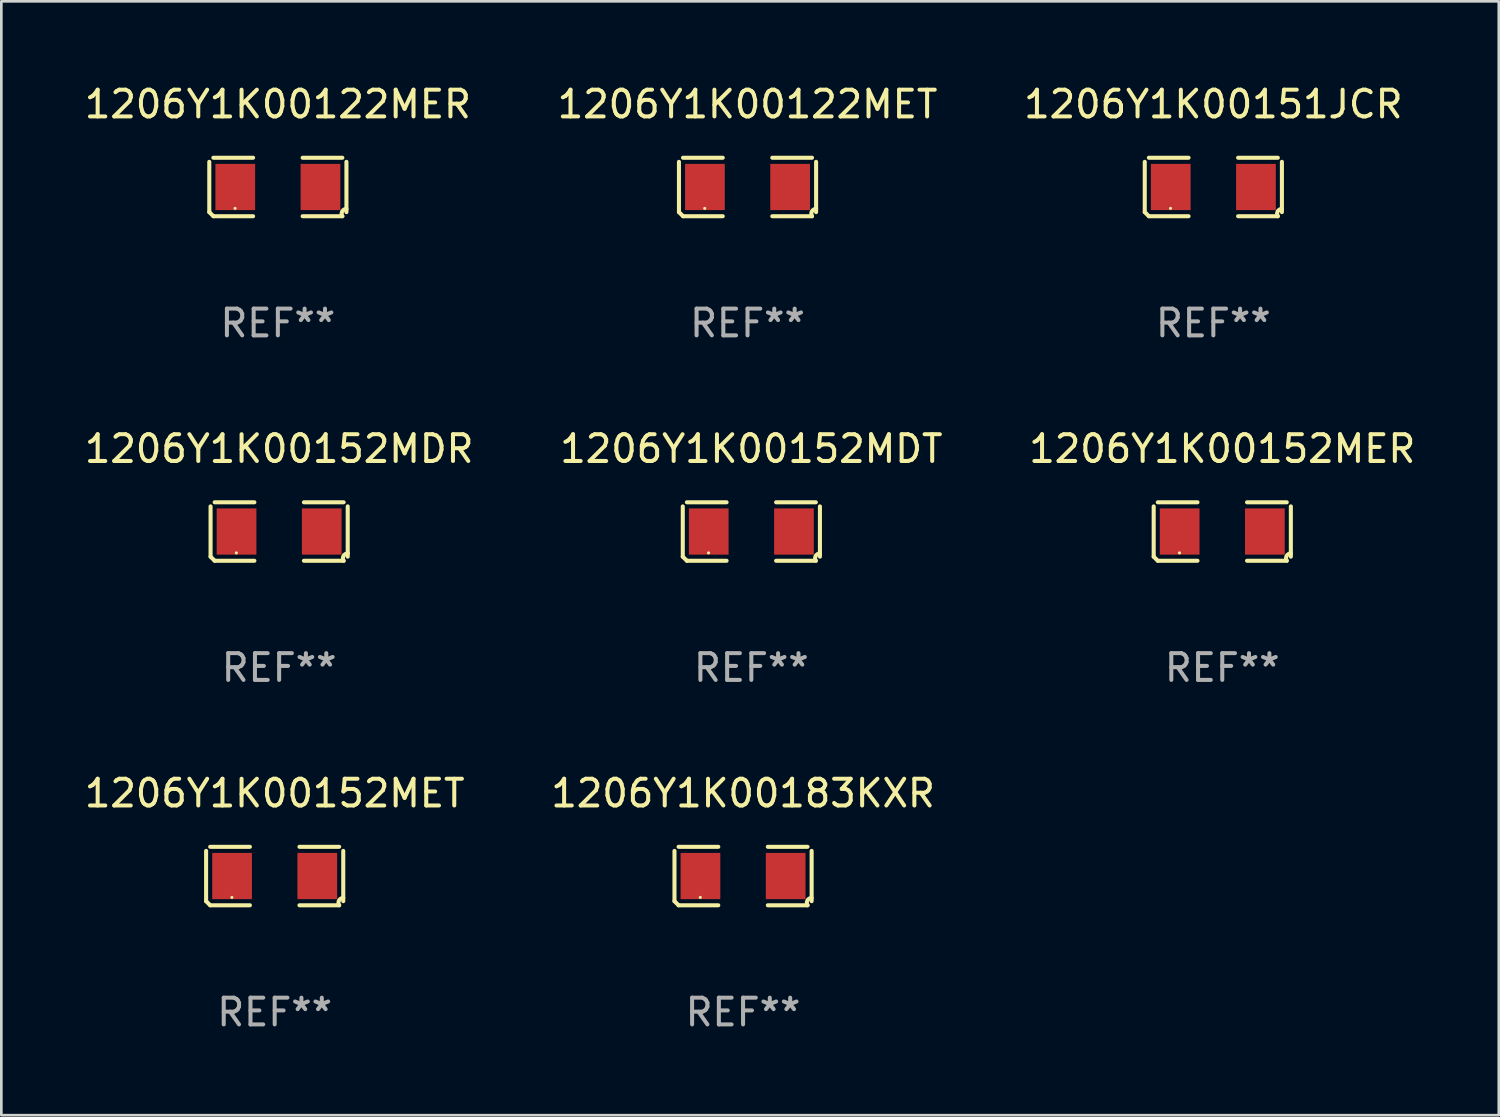
<source format=kicad_pcb>
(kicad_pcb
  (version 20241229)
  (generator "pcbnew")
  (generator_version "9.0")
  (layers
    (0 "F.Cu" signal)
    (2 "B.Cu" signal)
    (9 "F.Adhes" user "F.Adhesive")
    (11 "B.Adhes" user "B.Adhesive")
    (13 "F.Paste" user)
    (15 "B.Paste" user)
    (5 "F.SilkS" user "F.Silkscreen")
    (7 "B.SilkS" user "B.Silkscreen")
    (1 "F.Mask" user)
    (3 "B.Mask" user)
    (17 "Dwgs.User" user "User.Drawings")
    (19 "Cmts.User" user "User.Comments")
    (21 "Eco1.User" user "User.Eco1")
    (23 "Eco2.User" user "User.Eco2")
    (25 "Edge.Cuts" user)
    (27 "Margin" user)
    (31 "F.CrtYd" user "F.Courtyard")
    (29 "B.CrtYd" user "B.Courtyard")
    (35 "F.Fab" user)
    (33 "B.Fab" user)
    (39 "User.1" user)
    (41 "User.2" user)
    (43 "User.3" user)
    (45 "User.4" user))
  (footprint "1206Y1K00152MDT"
    (layer "F.Cu")
    (at 25.042 16.823)
    (property "Reference" "1206Y1K00152MDT" (at 0 -3.093 0) (layer "F.SilkS") (effects (font (size 1 1) (thickness 0.15))))
    (attr through_hole)
    (fp_line (start -2.564 0.94) (end -2.564 -0.94) (stroke (width 0.152) (type solid)) (layer "F.SilkS"))
    (fp_line (start -2.411 -1.093) (end -0.926 -1.093) (stroke (width 0.152) (type solid)) (layer "F.SilkS"))
    (fp_line (start -0.926 1.093) (end -2.411 1.093) (stroke (width 0.152) (type solid)) (layer "F.SilkS"))
    (fp_line (start 0.926 1.093) (end 2.411 1.093) (stroke (width 0.152) (type solid)) (layer "F.SilkS"))
    (fp_line (start 2.411 -1.093) (end 0.926 -1.093) (stroke (width 0.152) (type solid)) (layer "F.SilkS"))
    (fp_line (start 2.564 0.94) (end 2.564 -0.94) (stroke (width 0.152) (type solid)) (layer "F.SilkS"))
    (fp_arc (start -2.411201 1.092609) (mid -2.487413 1.01642) (end -2.563602 0.940208) (stroke (width 0.1524) (type solid)) (layer "F.SilkS"))
    (fp_arc (start 2.411201 1.092609) (mid 2.407159 0.911226) (end 2.563602 0.819347) (stroke (width 0.1524) (type solid)) (layer "F.SilkS"))
    (fp_circle (center -1.6 0.8) (end -1.57 0.8) (stroke (width 0.06) (type solid)) (fill no) (layer "F.SilkS"))
    (fp_text user "REF**" (at 0 5.093 0) (layer "F.Fab") (effects (font (size 1 1) (thickness 0.15))))
    (pad "1" smd rect (at -1.593 0) (size 1.485 1.728) (layers "F.Cu" "F.Mask" "F.Paste"))
    (pad "2" smd rect (at 1.593 0) (size 1.485 1.728) (layers "F.Cu" "F.Mask" "F.Paste")))
  (footprint "1206Y1K00122MER"
    (layer "F.Cu")
    (at 7.339 3.941)
    (property "Reference" "1206Y1K00122MER" (at 0 -3.093 0) (layer "F.SilkS") (effects (font (size 1 1) (thickness 0.15))))
    (attr through_hole)
    (fp_line (start -2.564 0.94) (end -2.564 -0.94) (stroke (width 0.152) (type solid)) (layer "F.SilkS"))
    (fp_line (start -2.411 -1.093) (end -0.926 -1.093) (stroke (width 0.152) (type solid)) (layer "F.SilkS"))
    (fp_line (start -0.926 1.093) (end -2.411 1.093) (stroke (width 0.152) (type solid)) (layer "F.SilkS"))
    (fp_line (start 0.926 1.093) (end 2.411 1.093) (stroke (width 0.152) (type solid)) (layer "F.SilkS"))
    (fp_line (start 2.411 -1.093) (end 0.926 -1.093) (stroke (width 0.152) (type solid)) (layer "F.SilkS"))
    (fp_line (start 2.564 0.94) (end 2.564 -0.94) (stroke (width 0.152) (type solid)) (layer "F.SilkS"))
    (fp_arc (start -2.411201 1.092609) (mid -2.487413 1.01642) (end -2.563602 0.940208) (stroke (width 0.1524) (type solid)) (layer "F.SilkS"))
    (fp_arc (start 2.411201 1.092609) (mid 2.407159 0.911226) (end 2.563602 0.819347) (stroke (width 0.1524) (type solid)) (layer "F.SilkS"))
    (fp_circle (center -1.6 0.8) (end -1.57 0.8) (stroke (width 0.06) (type solid)) (fill no) (layer "F.SilkS"))
    (fp_text user "REF**" (at 0 5.093 0) (layer "F.Fab") (effects (font (size 1 1) (thickness 0.15))))
    (pad "1" smd rect (at -1.593 0) (size 1.485 1.728) (layers "F.Cu" "F.Mask" "F.Paste"))
    (pad "2" smd rect (at 1.593 0) (size 1.485 1.728) (layers "F.Cu" "F.Mask" "F.Paste")))
  (footprint "1206Y1K00152MER"
    (layer "F.Cu")
    (at 42.649 16.823)
    (property "Reference" "1206Y1K00152MER" (at 0 -3.093 0) (layer "F.SilkS") (effects (font (size 1 1) (thickness 0.15))))
    (attr through_hole)
    (fp_line (start -2.564 0.94) (end -2.564 -0.94) (stroke (width 0.152) (type solid)) (layer "F.SilkS"))
    (fp_line (start -2.411 -1.093) (end -0.926 -1.093) (stroke (width 0.152) (type solid)) (layer "F.SilkS"))
    (fp_line (start -0.926 1.093) (end -2.411 1.093) (stroke (width 0.152) (type solid)) (layer "F.SilkS"))
    (fp_line (start 0.926 1.093) (end 2.411 1.093) (stroke (width 0.152) (type solid)) (layer "F.SilkS"))
    (fp_line (start 2.411 -1.093) (end 0.926 -1.093) (stroke (width 0.152) (type solid)) (layer "F.SilkS"))
    (fp_line (start 2.564 0.94) (end 2.564 -0.94) (stroke (width 0.152) (type solid)) (layer "F.SilkS"))
    (fp_arc (start -2.411201 1.092609) (mid -2.487413 1.01642) (end -2.563602 0.940208) (stroke (width 0.1524) (type solid)) (layer "F.SilkS"))
    (fp_arc (start 2.411201 1.092609) (mid 2.407159 0.911226) (end 2.563602 0.819347) (stroke (width 0.1524) (type solid)) (layer "F.SilkS"))
    (fp_circle (center -1.6 0.8) (end -1.57 0.8) (stroke (width 0.06) (type solid)) (fill no) (layer "F.SilkS"))
    (fp_text user "REF**" (at 0 5.093 0) (layer "F.Fab") (effects (font (size 1 1) (thickness 0.15))))
    (pad "1" smd rect (at -1.593 0) (size 1.485 1.728) (layers "F.Cu" "F.Mask" "F.Paste"))
    (pad "2" smd rect (at 1.593 0) (size 1.485 1.728) (layers "F.Cu" "F.Mask" "F.Paste")))
  (footprint "1206Y1K00183KXR"
    (layer "F.Cu")
    (at 24.732 29.704)
    (property "Reference" "1206Y1K00183KXR" (at 0 -3.093 0) (layer "F.SilkS") (effects (font (size 1 1) (thickness 0.15))))
    (attr through_hole)
    (fp_line (start -2.564 0.94) (end -2.564 -0.94) (stroke (width 0.152) (type solid)) (layer "F.SilkS"))
    (fp_line (start -2.411 -1.093) (end -0.926 -1.093) (stroke (width 0.152) (type solid)) (layer "F.SilkS"))
    (fp_line (start -0.926 1.093) (end -2.411 1.093) (stroke (width 0.152) (type solid)) (layer "F.SilkS"))
    (fp_line (start 0.926 1.093) (end 2.411 1.093) (stroke (width 0.152) (type solid)) (layer "F.SilkS"))
    (fp_line (start 2.411 -1.093) (end 0.926 -1.093) (stroke (width 0.152) (type solid)) (layer "F.SilkS"))
    (fp_line (start 2.564 0.94) (end 2.564 -0.94) (stroke (width 0.152) (type solid)) (layer "F.SilkS"))
    (fp_arc (start -2.411201 1.092609) (mid -2.487413 1.01642) (end -2.563602 0.940208) (stroke (width 0.1524) (type solid)) (layer "F.SilkS"))
    (fp_arc (start 2.411201 1.092609) (mid 2.407159 0.911226) (end 2.563602 0.819347) (stroke (width 0.1524) (type solid)) (layer "F.SilkS"))
    (fp_circle (center -1.6 0.8) (end -1.57 0.8) (stroke (width 0.06) (type solid)) (fill no) (layer "F.SilkS"))
    (fp_text user "REF**" (at 0 5.093 0) (layer "F.Fab") (effects (font (size 1 1) (thickness 0.15))))
    (pad "1" smd rect (at -1.593 0) (size 1.485 1.728) (layers "F.Cu" "F.Mask" "F.Paste"))
    (pad "2" smd rect (at 1.593 0) (size 1.485 1.728) (layers "F.Cu" "F.Mask" "F.Paste")))
  (footprint "1206Y1K00152MDR"
    (layer "F.Cu")
    (at 7.387 16.823)
    (property "Reference" "1206Y1K00152MDR" (at 0 -3.093 0) (layer "F.SilkS") (effects (font (size 1 1) (thickness 0.15))))
    (attr through_hole)
    (fp_line (start -2.564 0.94) (end -2.564 -0.94) (stroke (width 0.152) (type solid)) (layer "F.SilkS"))
    (fp_line (start -2.411 -1.093) (end -0.926 -1.093) (stroke (width 0.152) (type solid)) (layer "F.SilkS"))
    (fp_line (start -0.926 1.093) (end -2.411 1.093) (stroke (width 0.152) (type solid)) (layer "F.SilkS"))
    (fp_line (start 0.926 1.093) (end 2.411 1.093) (stroke (width 0.152) (type solid)) (layer "F.SilkS"))
    (fp_line (start 2.411 -1.093) (end 0.926 -1.093) (stroke (width 0.152) (type solid)) (layer "F.SilkS"))
    (fp_line (start 2.564 0.94) (end 2.564 -0.94) (stroke (width 0.152) (type solid)) (layer "F.SilkS"))
    (fp_arc (start -2.411201 1.092609) (mid -2.487413 1.01642) (end -2.563602 0.940208) (stroke (width 0.1524) (type solid)) (layer "F.SilkS"))
    (fp_arc (start 2.411201 1.092609) (mid 2.407159 0.911226) (end 2.563602 0.819347) (stroke (width 0.1524) (type solid)) (layer "F.SilkS"))
    (fp_circle (center -1.6 0.8) (end -1.57 0.8) (stroke (width 0.06) (type solid)) (fill no) (layer "F.SilkS"))
    (fp_text user "REF**" (at 0 5.093 0) (layer "F.Fab") (effects (font (size 1 1) (thickness 0.15))))
    (pad "1" smd rect (at -1.593 0) (size 1.485 1.728) (layers "F.Cu" "F.Mask" "F.Paste"))
    (pad "2" smd rect (at 1.593 0) (size 1.485 1.728) (layers "F.Cu" "F.Mask" "F.Paste")))
  (footprint "1206Y1K00151JCR"
    (layer "F.Cu")
    (at 42.315 3.941)
    (property "Reference" "1206Y1K00151JCR" (at 0 -3.093 0) (layer "F.SilkS") (effects (font (size 1 1) (thickness 0.15))))
    (attr through_hole)
    (fp_line (start -2.564 0.94) (end -2.564 -0.94) (stroke (width 0.152) (type solid)) (layer "F.SilkS"))
    (fp_line (start -2.411 -1.093) (end -0.926 -1.093) (stroke (width 0.152) (type solid)) (layer "F.SilkS"))
    (fp_line (start -0.926 1.093) (end -2.411 1.093) (stroke (width 0.152) (type solid)) (layer "F.SilkS"))
    (fp_line (start 0.926 1.093) (end 2.411 1.093) (stroke (width 0.152) (type solid)) (layer "F.SilkS"))
    (fp_line (start 2.411 -1.093) (end 0.926 -1.093) (stroke (width 0.152) (type solid)) (layer "F.SilkS"))
    (fp_line (start 2.564 0.94) (end 2.564 -0.94) (stroke (width 0.152) (type solid)) (layer "F.SilkS"))
    (fp_arc (start -2.411201 1.092609) (mid -2.487413 1.01642) (end -2.563602 0.940208) (stroke (width 0.1524) (type solid)) (layer "F.SilkS"))
    (fp_arc (start 2.411201 1.092609) (mid 2.407159 0.911226) (end 2.563602 0.819347) (stroke (width 0.1524) (type solid)) (layer "F.SilkS"))
    (fp_circle (center -1.6 0.8) (end -1.57 0.8) (stroke (width 0.06) (type solid)) (fill no) (layer "F.SilkS"))
    (fp_text user "REF**" (at 0 5.093 0) (layer "F.Fab") (effects (font (size 1 1) (thickness 0.15))))
    (pad "1" smd rect (at -1.593 0) (size 1.485 1.728) (layers "F.Cu" "F.Mask" "F.Paste"))
    (pad "2" smd rect (at 1.593 0) (size 1.485 1.728) (layers "F.Cu" "F.Mask" "F.Paste")))
  (footprint "1206Y1K00152MET"
    (layer "F.Cu")
    (at 7.22 29.704)
    (property "Reference" "1206Y1K00152MET" (at 0 -3.093 0) (layer "F.SilkS") (effects (font (size 1 1) (thickness 0.15))))
    (attr through_hole)
    (fp_line (start -2.564 0.94) (end -2.564 -0.94) (stroke (width 0.152) (type solid)) (layer "F.SilkS"))
    (fp_line (start -2.411 -1.093) (end -0.926 -1.093) (stroke (width 0.152) (type solid)) (layer "F.SilkS"))
    (fp_line (start -0.926 1.093) (end -2.411 1.093) (stroke (width 0.152) (type solid)) (layer "F.SilkS"))
    (fp_line (start 0.926 1.093) (end 2.411 1.093) (stroke (width 0.152) (type solid)) (layer "F.SilkS"))
    (fp_line (start 2.411 -1.093) (end 0.926 -1.093) (stroke (width 0.152) (type solid)) (layer "F.SilkS"))
    (fp_line (start 2.564 0.94) (end 2.564 -0.94) (stroke (width 0.152) (type solid)) (layer "F.SilkS"))
    (fp_arc (start -2.411201 1.092609) (mid -2.487413 1.01642) (end -2.563602 0.940208) (stroke (width 0.1524) (type solid)) (layer "F.SilkS"))
    (fp_arc (start 2.411201 1.092609) (mid 2.407159 0.911226) (end 2.563602 0.819347) (stroke (width 0.1524) (type solid)) (layer "F.SilkS"))
    (fp_circle (center -1.6 0.8) (end -1.57 0.8) (stroke (width 0.06) (type solid)) (fill no) (layer "F.SilkS"))
    (fp_text user "REF**" (at 0 5.093 0) (layer "F.Fab") (effects (font (size 1 1) (thickness 0.15))))
    (pad "1" smd rect (at -1.593 0) (size 1.485 1.728) (layers "F.Cu" "F.Mask" "F.Paste"))
    (pad "2" smd rect (at 1.593 0) (size 1.485 1.728) (layers "F.Cu" "F.Mask" "F.Paste")))
  (footprint "1206Y1K00122MET"
    (layer "F.Cu")
    (at 24.899 3.941)
    (property "Reference" "1206Y1K00122MET" (at 0 -3.093 0) (layer "F.SilkS") (effects (font (size 1 1) (thickness 0.15))))
    (attr through_hole)
    (fp_line (start -2.564 0.94) (end -2.564 -0.94) (stroke (width 0.152) (type solid)) (layer "F.SilkS"))
    (fp_line (start -2.411 -1.093) (end -0.926 -1.093) (stroke (width 0.152) (type solid)) (layer "F.SilkS"))
    (fp_line (start -0.926 1.093) (end -2.411 1.093) (stroke (width 0.152) (type solid)) (layer "F.SilkS"))
    (fp_line (start 0.926 1.093) (end 2.411 1.093) (stroke (width 0.152) (type solid)) (layer "F.SilkS"))
    (fp_line (start 2.411 -1.093) (end 0.926 -1.093) (stroke (width 0.152) (type solid)) (layer "F.SilkS"))
    (fp_line (start 2.564 0.94) (end 2.564 -0.94) (stroke (width 0.152) (type solid)) (layer "F.SilkS"))
    (fp_arc (start -2.411201 1.092609) (mid -2.487413 1.01642) (end -2.563602 0.940208) (stroke (width 0.1524) (type solid)) (layer "F.SilkS"))
    (fp_arc (start 2.411201 1.092609) (mid 2.407159 0.911226) (end 2.563602 0.819347) (stroke (width 0.1524) (type solid)) (layer "F.SilkS"))
    (fp_circle (center -1.6 0.8) (end -1.57 0.8) (stroke (width 0.06) (type solid)) (fill no) (layer "F.SilkS"))
    (fp_text user "REF**" (at 0 5.093 0) (layer "F.Fab") (effects (font (size 1 1) (thickness 0.15))))
    (pad "1" smd rect (at -1.593 0) (size 1.485 1.728) (layers "F.Cu" "F.Mask" "F.Paste"))
    (pad "2" smd rect (at 1.593 0) (size 1.485 1.728) (layers "F.Cu" "F.Mask" "F.Paste")))
  (gr_rect
    (start -3 -3)
    (end 52.988 38.645)
    (stroke (width 0.1) (type default))
    (fill no)
    (layer "Edge.Cuts")))
</source>
